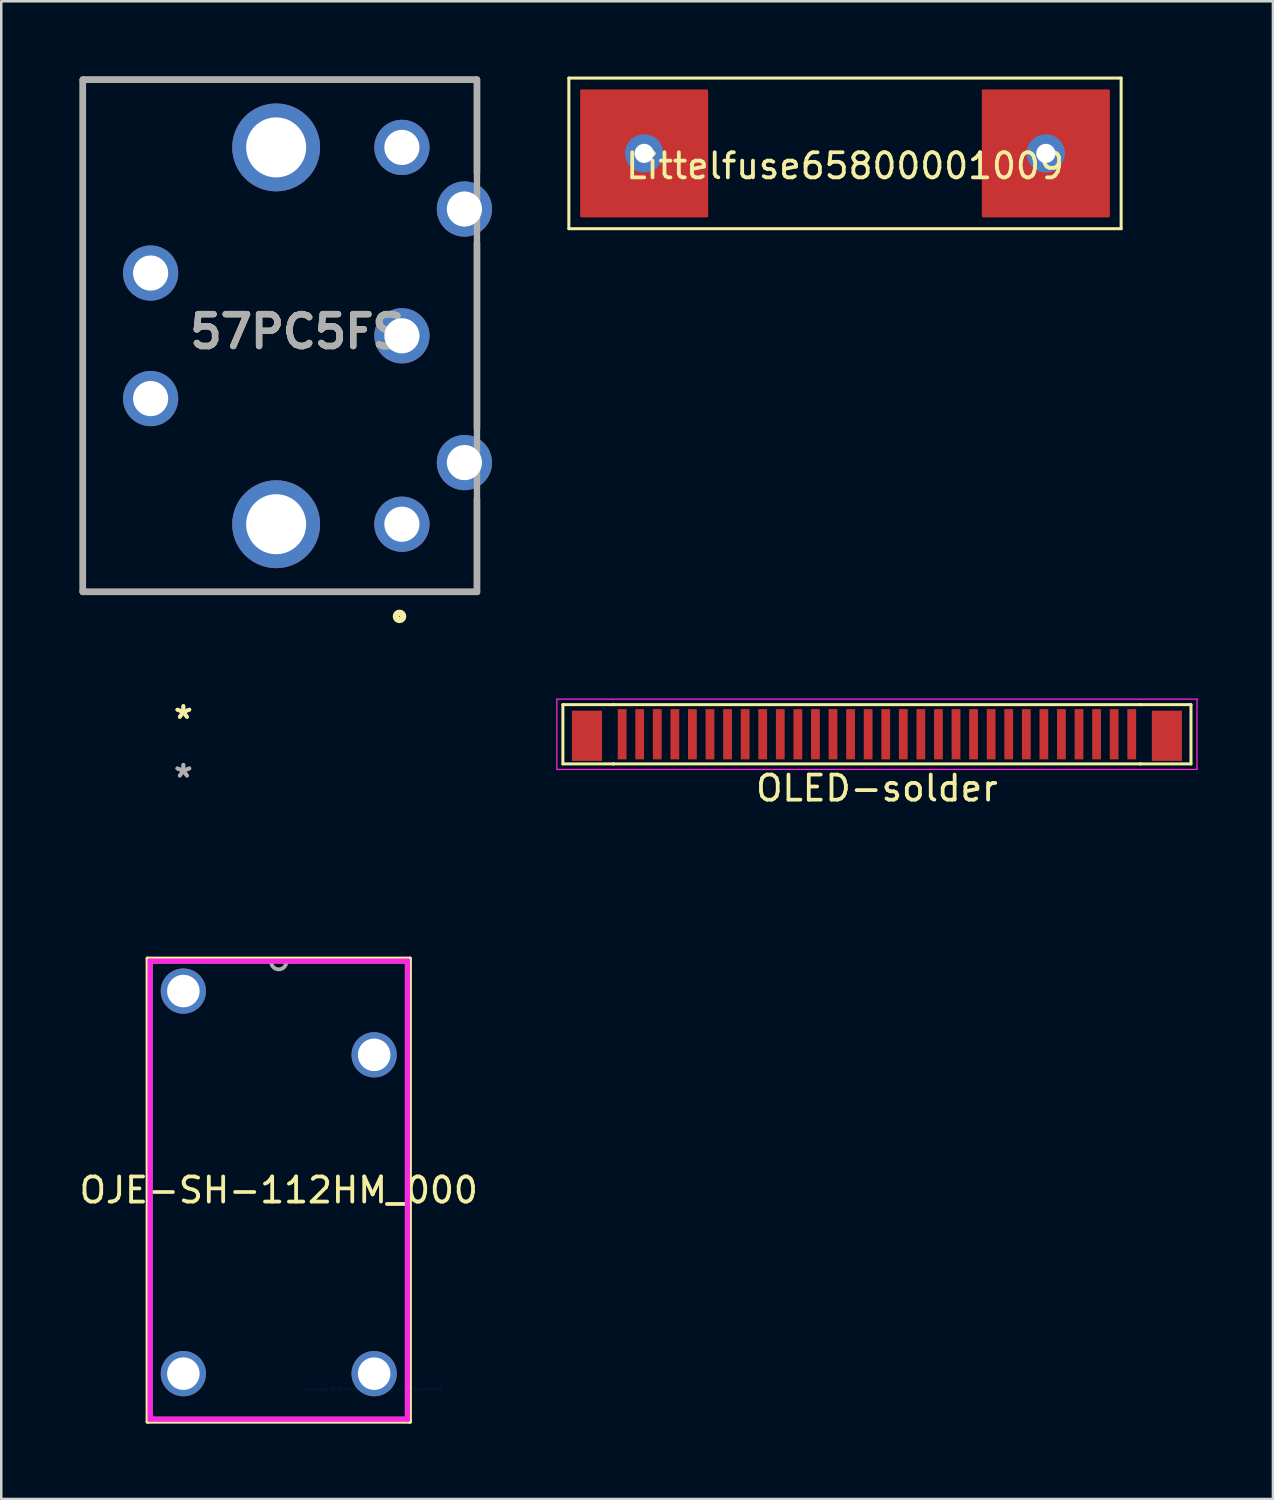
<source format=kicad_pcb>
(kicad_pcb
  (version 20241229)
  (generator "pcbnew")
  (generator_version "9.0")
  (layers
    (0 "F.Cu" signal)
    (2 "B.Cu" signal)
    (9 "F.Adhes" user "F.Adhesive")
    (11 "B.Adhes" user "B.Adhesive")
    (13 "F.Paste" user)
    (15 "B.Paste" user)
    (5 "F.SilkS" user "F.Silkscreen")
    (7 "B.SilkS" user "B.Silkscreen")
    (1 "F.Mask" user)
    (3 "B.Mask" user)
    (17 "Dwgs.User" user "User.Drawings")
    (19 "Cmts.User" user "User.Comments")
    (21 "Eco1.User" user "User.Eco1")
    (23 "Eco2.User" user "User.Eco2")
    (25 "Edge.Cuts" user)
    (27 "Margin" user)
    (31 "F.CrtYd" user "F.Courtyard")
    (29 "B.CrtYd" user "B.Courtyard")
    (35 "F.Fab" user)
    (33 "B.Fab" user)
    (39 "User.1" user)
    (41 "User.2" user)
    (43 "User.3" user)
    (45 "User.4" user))
  (footprint "OLED-solder"
    (layer "F.Cu")
    (at 31.882 26.199)
    (property "Reference" "OLED-solder" (at 0 2.15 0) (layer "F.SilkS") (effects (font (size 1 1) (thickness 0.15))))
    (attr smd)
    (fp_line (start -12.51 -1.18) (end -10.5 -1.18) (stroke (width 0.12) (type solid)) (layer "F.SilkS"))
    (fp_line (start -12.51 1.18) (end -12.51 -1.18) (stroke (width 0.12) (type solid)) (layer "F.SilkS"))
    (fp_line (start -10.5 -1.18) (end -10.5 -1.18) (stroke (width 0.12) (type solid)) (layer "F.SilkS"))
    (fp_line (start -10.5 -1.18) (end 10.5 -1.18) (stroke (width 0.12) (type solid)) (layer "F.SilkS"))
    (fp_line (start -10.5 1.18) (end -12.51 1.18) (stroke (width 0.12) (type solid)) (layer "F.SilkS"))
    (fp_line (start -10.5 1.18) (end -10.5 1.18) (stroke (width 0.12) (type solid)) (layer "F.SilkS"))
    (fp_line (start -10.5 1.18) (end 10.5 1.18) (stroke (width 0.12) (type solid)) (layer "F.SilkS"))
    (fp_line (start 10.5 -1.18) (end 10.5 -1.18) (stroke (width 0.12) (type solid)) (layer "F.SilkS"))
    (fp_line (start 10.5 1.18) (end 10.5 1.18) (stroke (width 0.12) (type solid)) (layer "F.SilkS"))
    (fp_line (start 10.5 1.18) (end 12.51 1.18) (stroke (width 0.12) (type solid)) (layer "F.SilkS"))
    (fp_line (start 12.51 -1.18) (end 10.5 -1.18) (stroke (width 0.12) (type solid)) (layer "F.SilkS"))
    (fp_line (start 12.51 1.18) (end 12.51 -1.18) (stroke (width 0.12) (type solid)) (layer "F.SilkS"))
    (fp_line (start -12.75 -1.4) (end -12.75 1.4) (stroke (width 0.05) (type solid)) (layer "F.CrtYd"))
    (fp_line (start -12.75 -1.4) (end 12.75 -1.4) (stroke (width 0.05) (type solid)) (layer "F.CrtYd"))
    (fp_line (start -12.75 1.4) (end 12.75 1.4) (stroke (width 0.05) (type solid)) (layer "F.CrtYd"))
    (fp_line (start 12.75 -1.4) (end 12.75 1.4) (stroke (width 0.05) (type solid)) (layer "F.CrtYd"))
    (pad "0" smd rect (at -11.55 0.06) (size 1.2 2) (layers "F.Cu" "F.Mask" "F.Paste"))
    (pad "0" smd rect (at 11.55 0.06) (size 1.2 2) (layers "F.Cu" "F.Mask" "F.Paste"))
    (pad "1" smd rect (at -10.15 0) (size 0.35 2) (layers "F.Cu" "F.Mask" "F.Paste"))
    (pad "2" smd rect (at -9.45 0) (size 0.35 2) (layers "F.Cu" "F.Mask" "F.Paste"))
    (pad "3" smd rect (at -8.75 0) (size 0.35 2) (layers "F.Cu" "F.Mask" "F.Paste"))
    (pad "4" smd rect (at -8.05 0) (size 0.35 2) (layers "F.Cu" "F.Mask" "F.Paste"))
    (pad "5" smd rect (at -7.35 0) (size 0.35 2) (layers "F.Cu" "F.Mask" "F.Paste"))
    (pad "6" smd rect (at -6.65 0) (size 0.35 2) (layers "F.Cu" "F.Mask" "F.Paste"))
    (pad "7" smd rect (at -5.95 0) (size 0.35 2) (layers "F.Cu" "F.Mask" "F.Paste"))
    (pad "8" smd rect (at -5.25 0) (size 0.35 2) (layers "F.Cu" "F.Mask" "F.Paste"))
    (pad "9" smd rect (at -4.55 0) (size 0.35 2) (layers "F.Cu" "F.Mask" "F.Paste"))
    (pad "10" smd rect (at -3.85 0) (size 0.35 2) (layers "F.Cu" "F.Mask" "F.Paste"))
    (pad "11" smd rect (at -3.15 0) (size 0.35 2) (layers "F.Cu" "F.Mask" "F.Paste"))
    (pad "12" smd rect (at -2.45 0) (size 0.35 2) (layers "F.Cu" "F.Mask" "F.Paste"))
    (pad "13" smd rect (at -1.75 0) (size 0.35 2) (layers "F.Cu" "F.Mask" "F.Paste"))
    (pad "14" smd rect (at -1.05 0) (size 0.35 2) (layers "F.Cu" "F.Mask" "F.Paste"))
    (pad "15" smd rect (at -0.35 0) (size 0.35 2) (layers "F.Cu" "F.Mask" "F.Paste"))
    (pad "16" smd rect (at 0.35 0) (size 0.35 2) (layers "F.Cu" "F.Mask" "F.Paste"))
    (pad "17" smd rect (at 1.05 0) (size 0.35 2) (layers "F.Cu" "F.Mask" "F.Paste"))
    (pad "18" smd rect (at 1.75 0) (size 0.35 2) (layers "F.Cu" "F.Mask" "F.Paste"))
    (pad "19" smd rect (at 2.45 0) (size 0.35 2) (layers "F.Cu" "F.Mask" "F.Paste"))
    (pad "20" smd rect (at 3.15 0) (size 0.35 2) (layers "F.Cu" "F.Mask" "F.Paste"))
    (pad "21" smd rect (at 3.85 0) (size 0.35 2) (layers "F.Cu" "F.Mask" "F.Paste"))
    (pad "22" smd rect (at 4.55 0) (size 0.35 2) (layers "F.Cu" "F.Mask" "F.Paste"))
    (pad "23" smd rect (at 5.25 0) (size 0.35 2) (layers "F.Cu" "F.Mask" "F.Paste"))
    (pad "24" smd rect (at 5.95 0) (size 0.35 2) (layers "F.Cu" "F.Mask" "F.Paste"))
    (pad "25" smd rect (at 6.65 0) (size 0.35 2) (layers "F.Cu" "F.Mask" "F.Paste"))
    (pad "26" smd rect (at 7.35 0) (size 0.35 2) (layers "F.Cu" "F.Mask" "F.Paste"))
    (pad "27" smd rect (at 8.05 0) (size 0.35 2) (layers "F.Cu" "F.Mask" "F.Paste"))
    (pad "28" smd rect (at 8.75 0) (size 0.35 2) (layers "F.Cu" "F.Mask" "F.Paste"))
    (pad "29" smd rect (at 9.45 0) (size 0.35 2) (layers "F.Cu" "F.Mask" "F.Paste"))
    (pad "30" smd rect (at 10.15 0) (size 0.35 2) (layers "F.Cu" "F.Mask" "F.Paste")))
  (footprint "57PC5FS"
    (layer "F.Cu")
    (at 0.25 10.327)
    (property "Reference" "57PC5FS" (at 8.533 -0.168 0) (layer "F.SilkS") (effects (font (size 1.27 1.27) (thickness 0.254))))
    (attr through_hole)
    (fp_line (start 0 -10.2) (end 15.7 -10.2) (stroke (width 0.254) (type solid)) (layer "F.SilkS"))
    (fp_line (start 0 10.2) (end 0 -10.2) (stroke (width 0.254) (type solid)) (layer "F.SilkS"))
    (fp_line (start 15.7 -10.2) (end 15.7 -6.5) (stroke (width 0.254) (type solid)) (layer "F.SilkS"))
    (fp_line (start 15.7 -3.693) (end 15.7 3.693) (stroke (width 0.254) (type solid)) (layer "F.SilkS"))
    (fp_line (start 15.7 10.2) (end 0 10.2) (stroke (width 0.254) (type solid)) (layer "F.SilkS"))
    (fp_line (start 15.7 10.2) (end 15.7 6.5) (stroke (width 0.254) (type solid)) (layer "F.SilkS"))
    (fp_circle (center 12.614 11.176) (end 12.614 11.32) (stroke (width 0.254) (type solid)) (fill no) (layer "F.SilkS"))
    (fp_line (start 0 -10.2) (end 15.7 -10.2) (stroke (width 0.254) (type solid)) (layer "F.Fab"))
    (fp_line (start 0 10.2) (end 0 -10.2) (stroke (width 0.254) (type solid)) (layer "F.Fab"))
    (fp_line (start 15.7 -10.2) (end 15.7 10.2) (stroke (width 0.254) (type solid)) (layer "F.Fab"))
    (fp_line (start 15.7 10.2) (end 0 10.2) (stroke (width 0.254) (type solid)) (layer "F.Fab"))
    (fp_text user "${REFERENCE}" (at 8.533 -0.168 0) (layer "F.Fab") (effects (font (size 1.27 1.27) (thickness 0.254))))
    (pad "1" thru_hole circle (at 12.71 7.505) (size 2.2 2.2) (drill 1.4) (layers "*.Cu" "*.Mask"))
    (pad "2" thru_hole circle (at 12.71 0) (size 2.2 2.2) (drill 1.4) (layers "*.Cu" "*.Mask"))
    (pad "3" thru_hole circle (at 12.71 -7.505) (size 2.2 2.2) (drill 1.4) (layers "*.Cu" "*.Mask"))
    (pad "4" thru_hole circle (at 15.2 5.05) (size 2.2 2.2) (drill 1.4) (layers "*.Cu" "*.Mask"))
    (pad "5" thru_hole circle (at 15.2 -5.05) (size 2.2 2.2) (drill 1.4) (layers "*.Cu" "*.Mask"))
    (pad "6" thru_hole circle (at 2.7 2.5) (size 2.2 2.2) (drill 1.4) (layers "*.Cu" "*.Mask"))
    (pad "7" thru_hole circle (at 2.7 -2.5) (size 2.2 2.2) (drill 1.4) (layers "*.Cu" "*.Mask"))
    (pad "8" thru_hole circle (at 7.7 7.505) (size 3.5 3.5) (drill 2.39) (layers "*.Cu" "*.Mask"))
    (pad "9" thru_hole circle (at 7.7 -7.505) (size 3.5 3.5) (drill 2.39) (layers "*.Cu" "*.Mask")))
  (footprint "OJE-SH-112HM_000"
    (layer "F.Cu")
    (at 11.854 52.289)
    (property "Reference" "OJE-SH-112HM_000" (at -3.8 -7.93 0) (layer "F.SilkS") (effects (font (size 1 1) (thickness 0.15))))
    (attr through_hole)
    (fp_line (start -9.027 -17.157) (end -9.027 1.297) (stroke (width 0.152) (type solid)) (layer "F.SilkS"))
    (fp_line (start -9.027 1.297) (end 1.427 1.297) (stroke (width 0.152) (type solid)) (layer "F.SilkS"))
    (fp_line (start 1.427 -17.157) (end -9.027 -17.157) (stroke (width 0.152) (type solid)) (layer "F.SilkS"))
    (fp_line (start 1.427 1.297) (end 1.427 -17.157) (stroke (width 0.152) (type solid)) (layer "F.SilkS"))
    (fp_line (start -8.951 -17.081) (end 1.351 -17.081) (stroke (width 0.152) (type solid)) (layer "F.CrtYd"))
    (fp_line (start -8.951 1.221) (end -8.951 -17.081) (stroke (width 0.152) (type solid)) (layer "F.CrtYd"))
    (fp_line (start -8.9 -17.03) (end 1.3 -17.03) (stroke (width 0.152) (type solid)) (layer "F.CrtYd"))
    (fp_line (start -8.9 1.17) (end -8.9 -17.03) (stroke (width 0.152) (type solid)) (layer "F.CrtYd"))
    (fp_line (start 1.3 -17.03) (end 1.3 1.17) (stroke (width 0.152) (type solid)) (layer "F.CrtYd"))
    (fp_line (start 1.3 1.17) (end -8.9 1.17) (stroke (width 0.152) (type solid)) (layer "F.CrtYd"))
    (fp_line (start 1.351 -17.081) (end 1.351 1.221) (stroke (width 0.152) (type solid)) (layer "F.CrtYd"))
    (fp_line (start 1.351 1.221) (end -8.951 1.221) (stroke (width 0.152) (type solid)) (layer "F.CrtYd"))
    (fp_line (start -8.9 -17.03) (end -8.9 1.17) (stroke (width 0.152) (type solid)) (layer "F.Fab"))
    (fp_line (start -8.9 1.17) (end 1.3 1.17) (stroke (width 0.152) (type solid)) (layer "F.Fab"))
    (fp_line (start 1.3 -17.03) (end -8.9 -17.03) (stroke (width 0.152) (type solid)) (layer "F.Fab"))
    (fp_line (start 1.3 1.17) (end 1.3 -17.03) (stroke (width 0.152) (type solid)) (layer "F.Fab"))
    (fp_arc (start -3.4952 -17.030003) (mid -3.8 -16.725203) (end -4.1048 -17.030003) (stroke (width 0.1524) (type solid)) (layer "F.Fab"))
    (fp_text user "*" (at -7.6 -26.667 0) (layer "F.SilkS") (effects (font (size 1 1) (thickness 0.15))))
    (fp_text user "*" (at -7.6 -26.667 0) (layer "F.SilkS") (effects (font (size 1 1) (thickness 0.15))))
    (fp_text user "Copyright 2016 Accelerated Designs. All rights reserved." (at 0 0 0) (layer "Cmts.User") (effects (font (size 0.127 0.127) (thickness 0.002))))
    (fp_text user "*" (at -7.6 -24.327 0) (layer "F.Fab") (effects (font (size 1 1) (thickness 0.15))))
    (fp_text user "*" (at -7.6 -24.327 0) (layer "F.Fab") (effects (font (size 1 1) (thickness 0.15))))
    (pad "1" thru_hole circle (at -7.6 -15.86) (size 1.803 1.803) (drill 1.295) (layers "*.Cu" "*.Mask"))
    (pad "2" thru_hole circle (at -7.6 -0.62) (size 1.803 1.803) (drill 1.295) (layers "*.Cu" "*.Mask"))
    (pad "3" thru_hole circle (at 0 -0.62) (size 1.803 1.803) (drill 1.295) (layers "*.Cu" "*.Mask"))
    (pad "4" thru_hole circle (at 0 -13.32) (size 1.803 1.803) (drill 1.295) (layers "*.Cu" "*.Mask")))
  (footprint "Littelfuse65800001009"
    (layer "F.Cu")
    (at 30.61 3.06)
    (property "Reference" "Littelfuse65800001009" (at 0 0.5 0) (layer "F.SilkS") (effects (font (size 1 1) (thickness 0.15))))
    (attr through_hole)
    (fp_poly (pts (xy -5.5 2.5) (xy -5.5 -2.5) (xy -10.5 -2.5) (xy -10.5 2.5)) (stroke (width 0.1) (type solid)) (fill yes) (layer "F.Cu"))
    (fp_poly (pts (xy 5.5 -2.5) (xy 5.5 2.5) (xy 10.5 2.5) (xy 10.5 -2.5) (xy 8.5 -2.5)) (stroke (width 0.1) (type solid)) (fill yes) (layer "F.Cu"))
    (fp_poly (pts (xy -5.5 2.5) (xy -5.5 -2.5) (xy -10.5 -2.5) (xy -10.5 2.5)) (stroke (width 0.1) (type solid)) (fill yes) (layer "F.Mask"))
    (fp_poly (pts (xy 5.5 -2.5) (xy 5.5 2.5) (xy 10.5 2.5) (xy 10.5 -2.5) (xy 8.5 -2.5)) (stroke (width 0.1) (type solid)) (fill yes) (layer "F.Mask"))
    (fp_line (start -11 -3) (end 11 -3) (stroke (width 0.12) (type solid)) (layer "F.SilkS"))
    (fp_line (start -11 3) (end -11 -3) (stroke (width 0.12) (type solid)) (layer "F.SilkS"))
    (fp_line (start 11 -3) (end 11 3) (stroke (width 0.12) (type solid)) (layer "F.SilkS"))
    (fp_line (start 11 3) (end -11 3) (stroke (width 0.12) (type solid)) (layer "F.SilkS"))
    (fp_poly (pts (xy 6 -2) (xy 10 -2) (xy 10 2) (xy 6 2)) (stroke (width 0.1) (type solid)) (fill yes) (layer "F.Paste"))
    (fp_poly (pts (xy -10 -2) (xy -6 -2) (xy -6 2) (xy -10 2) (xy -10 -1)) (stroke (width 0.1) (type solid)) (fill yes) (layer "F.Paste"))
    (pad "1" thru_hole circle (at -8 0) (size 1.524 1.524) (drill 0.762) (layers "*.Cu" "*.Mask"))
    (pad "2" thru_hole circle (at 8 0) (size 1.524 1.524) (drill 0.762) (layers "*.Cu" "*.Mask")))
  (gr_rect
    (start -3 -3)
    (end 47.657 56.662)
    (stroke (width 0.1) (type default))
    (fill no)
    (layer "Edge.Cuts")))
</source>
